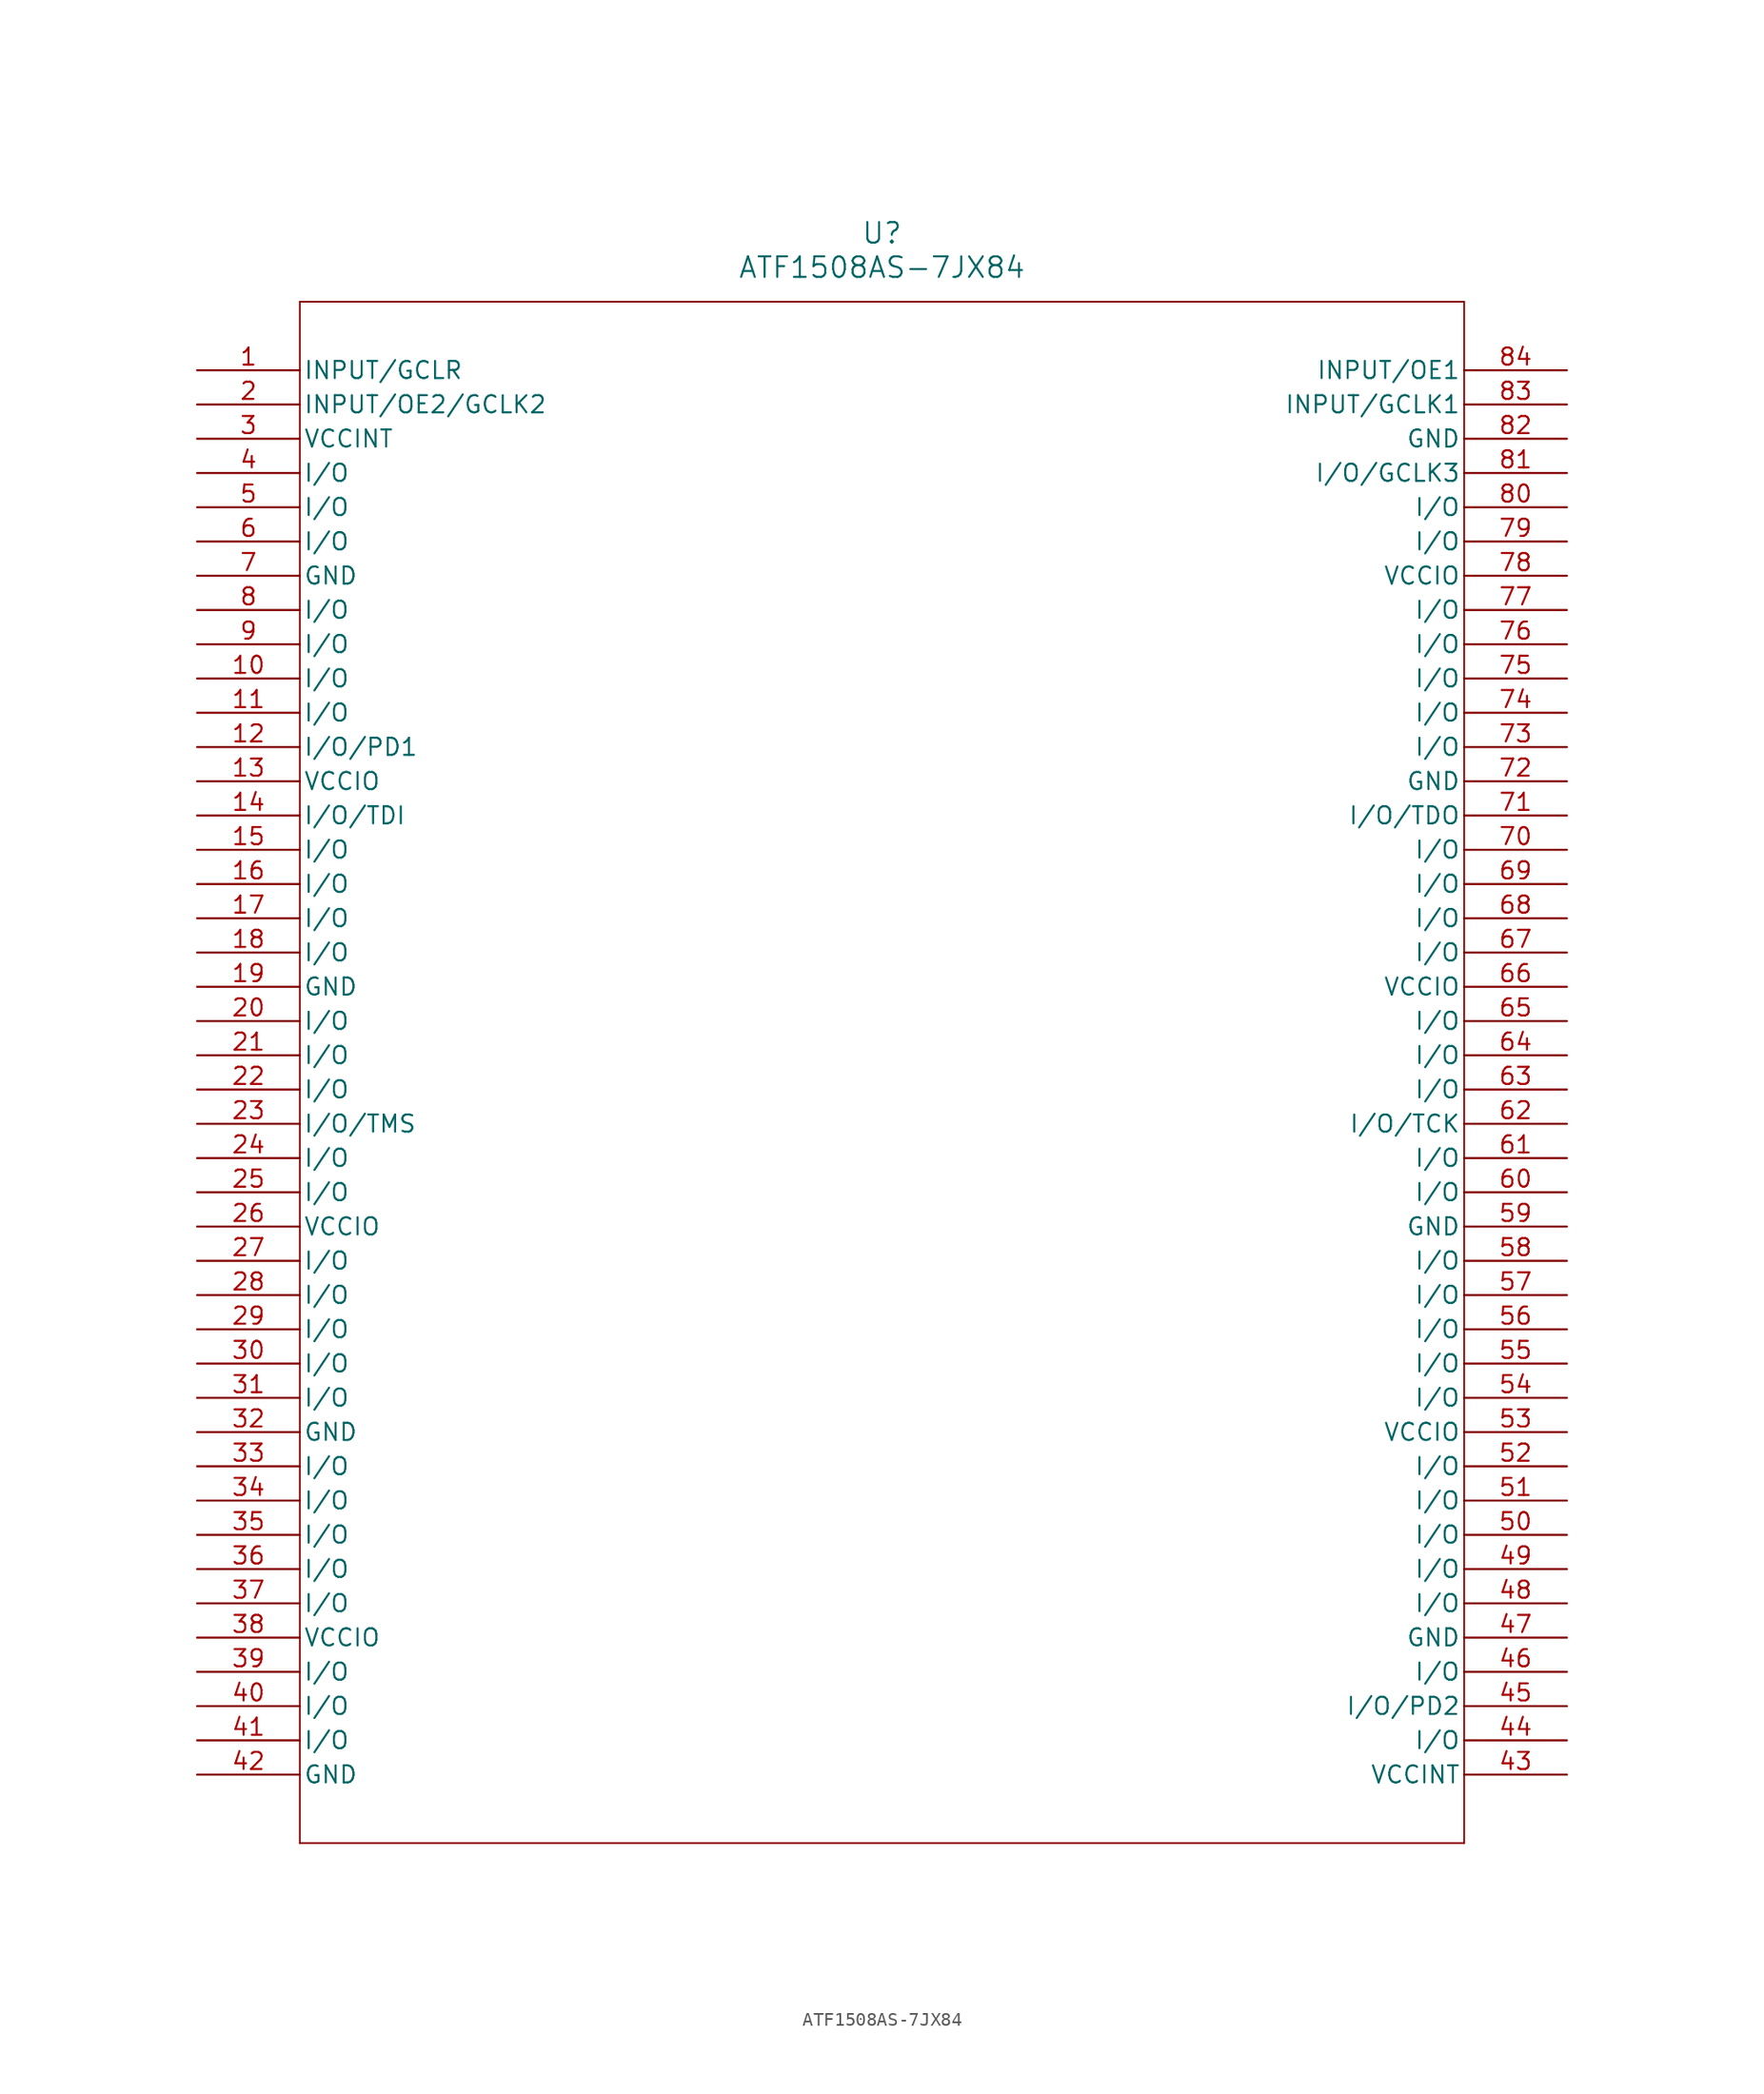
<source format=kicad_sym>
(kicad_symbol_lib
  (version 20211014)
  (generator kicad_symbol_editor)
  (symbol "ATF1508AS-7JX84"
    (pin_names
      (offset 0.254))
    (property "Reference" "U"
      (at 50.8 10.16 0)
      (effects (font (size 1.524 1.524))))
    (property "Value" "ATF1508AS-7JX84"
      (at 50.8 7.62 0)
      (effects (font (size 1.524 1.524))))
    (symbol "ATF1508AS-7JX84_0_1"
      (polyline (pts (xy 7.62 5.08) (xy 7.62 -109.22)) (stroke (width 0.127) (type default) (color 0 0 0 0)) (fill (type none)))
      (polyline (pts (xy 7.62 -109.22) (xy 93.98 -109.22)) (stroke (width 0.127) (type default) (color 0 0 0 0)) (fill (type none)))
      (polyline (pts (xy 93.98 -109.22) (xy 93.98 5.08)) (stroke (width 0.127) (type default) (color 0 0 0 0)) (fill (type none)))
      (polyline (pts (xy 93.98 5.08) (xy 7.62 5.08)) (stroke (width 0.127) (type default) (color 0 0 0 0)) (fill (type none)))
      (pin bidirectional line (at 0 0 0) (length 7.62) (name "INPUT/GCLR" (effects (font (size 1.27 1.27)))) (number "1" (effects (font (size 1.27 1.27)))))
      (pin bidirectional line (at 0 -2.54 0) (length 7.62) (name "INPUT/OE2/GCLK2" (effects (font (size 1.27 1.27)))) (number "2" (effects (font (size 1.27 1.27)))))
      (pin power_in line (at 0 -5.08 0) (length 7.62) (name "VCCINT" (effects (font (size 1.27 1.27)))) (number "3" (effects (font (size 1.27 1.27)))))
      (pin bidirectional line (at 0 -7.62 0) (length 7.62) (name "I/O" (effects (font (size 1.27 1.27)))) (number "4" (effects (font (size 1.27 1.27)))))
      (pin bidirectional line (at 0 -10.16 0) (length 7.62) (name "I/O" (effects (font (size 1.27 1.27)))) (number "5" (effects (font (size 1.27 1.27)))))
      (pin bidirectional line (at 0 -12.7 0) (length 7.62) (name "I/O" (effects (font (size 1.27 1.27)))) (number "6" (effects (font (size 1.27 1.27)))))
      (pin power_in line (at 0 -15.24 0) (length 7.62) (name "GND" (effects (font (size 1.27 1.27)))) (number "7" (effects (font (size 1.27 1.27)))))
      (pin bidirectional line (at 0 -17.78 0) (length 7.62) (name "I/O" (effects (font (size 1.27 1.27)))) (number "8" (effects (font (size 1.27 1.27)))))
      (pin bidirectional line (at 0 -20.32 0) (length 7.62) (name "I/O" (effects (font (size 1.27 1.27)))) (number "9" (effects (font (size 1.27 1.27)))))
      (pin bidirectional line (at 0 -22.86 0) (length 7.62) (name "I/O" (effects (font (size 1.27 1.27)))) (number "10" (effects (font (size 1.27 1.27)))))
      (pin bidirectional line (at 0 -25.4 0) (length 7.62) (name "I/O" (effects (font (size 1.27 1.27)))) (number "11" (effects (font (size 1.27 1.27)))))
      (pin bidirectional line (at 0 -27.94 0) (length 7.62) (name "I/O/PD1" (effects (font (size 1.27 1.27)))) (number "12" (effects (font (size 1.27 1.27)))))
      (pin power_in line (at 0 -30.48 0) (length 7.62) (name "VCCIO" (effects (font (size 1.27 1.27)))) (number "13" (effects (font (size 1.27 1.27)))))
      (pin bidirectional line (at 0 -33.02 0) (length 7.62) (name "I/O/TDI" (effects (font (size 1.27 1.27)))) (number "14" (effects (font (size 1.27 1.27)))))
      (pin bidirectional line (at 0 -35.56 0) (length 7.62) (name "I/O" (effects (font (size 1.27 1.27)))) (number "15" (effects (font (size 1.27 1.27)))))
      (pin bidirectional line (at 0 -38.1 0) (length 7.62) (name "I/O" (effects (font (size 1.27 1.27)))) (number "16" (effects (font (size 1.27 1.27)))))
      (pin bidirectional line (at 0 -40.64 0) (length 7.62) (name "I/O" (effects (font (size 1.27 1.27)))) (number "17" (effects (font (size 1.27 1.27)))))
      (pin bidirectional line (at 0 -43.18 0) (length 7.62) (name "I/O" (effects (font (size 1.27 1.27)))) (number "18" (effects (font (size 1.27 1.27)))))
      (pin power_in line (at 0 -45.72 0) (length 7.62) (name "GND" (effects (font (size 1.27 1.27)))) (number "19" (effects (font (size 1.27 1.27)))))
      (pin bidirectional line (at 0 -48.26 0) (length 7.62) (name "I/O" (effects (font (size 1.27 1.27)))) (number "20" (effects (font (size 1.27 1.27)))))
      (pin bidirectional line (at 0 -50.8 0) (length 7.62) (name "I/O" (effects (font (size 1.27 1.27)))) (number "21" (effects (font (size 1.27 1.27)))))
      (pin bidirectional line (at 0 -53.34 0) (length 7.62) (name "I/O" (effects (font (size 1.27 1.27)))) (number "22" (effects (font (size 1.27 1.27)))))
      (pin bidirectional line (at 0 -55.88 0) (length 7.62) (name "I/O/TMS" (effects (font (size 1.27 1.27)))) (number "23" (effects (font (size 1.27 1.27)))))
      (pin bidirectional line (at 0 -58.42 0) (length 7.62) (name "I/O" (effects (font (size 1.27 1.27)))) (number "24" (effects (font (size 1.27 1.27)))))
      (pin bidirectional line (at 0 -60.96 0) (length 7.62) (name "I/O" (effects (font (size 1.27 1.27)))) (number "25" (effects (font (size 1.27 1.27)))))
      (pin power_in line (at 0 -63.5 0) (length 7.62) (name "VCCIO" (effects (font (size 1.27 1.27)))) (number "26" (effects (font (size 1.27 1.27)))))
      (pin bidirectional line (at 0 -66.04 0) (length 7.62) (name "I/O" (effects (font (size 1.27 1.27)))) (number "27" (effects (font (size 1.27 1.27)))))
      (pin bidirectional line (at 0 -68.58 0) (length 7.62) (name "I/O" (effects (font (size 1.27 1.27)))) (number "28" (effects (font (size 1.27 1.27)))))
      (pin bidirectional line (at 0 -71.12 0) (length 7.62) (name "I/O" (effects (font (size 1.27 1.27)))) (number "29" (effects (font (size 1.27 1.27)))))
      (pin bidirectional line (at 0 -73.66 0) (length 7.62) (name "I/O" (effects (font (size 1.27 1.27)))) (number "30" (effects (font (size 1.27 1.27)))))
      (pin bidirectional line (at 0 -76.2 0) (length 7.62) (name "I/O" (effects (font (size 1.27 1.27)))) (number "31" (effects (font (size 1.27 1.27)))))
      (pin power_in line (at 0 -78.74 0) (length 7.62) (name "GND" (effects (font (size 1.27 1.27)))) (number "32" (effects (font (size 1.27 1.27)))))
      (pin bidirectional line (at 0 -81.28 0) (length 7.62) (name "I/O" (effects (font (size 1.27 1.27)))) (number "33" (effects (font (size 1.27 1.27)))))
      (pin bidirectional line (at 0 -83.82 0) (length 7.62) (name "I/O" (effects (font (size 1.27 1.27)))) (number "34" (effects (font (size 1.27 1.27)))))
      (pin bidirectional line (at 0 -86.36 0) (length 7.62) (name "I/O" (effects (font (size 1.27 1.27)))) (number "35" (effects (font (size 1.27 1.27)))))
      (pin bidirectional line (at 0 -88.9 0) (length 7.62) (name "I/O" (effects (font (size 1.27 1.27)))) (number "36" (effects (font (size 1.27 1.27)))))
      (pin bidirectional line (at 0 -91.44 0) (length 7.62) (name "I/O" (effects (font (size 1.27 1.27)))) (number "37" (effects (font (size 1.27 1.27)))))
      (pin power_in line (at 0 -93.98 0) (length 7.62) (name "VCCIO" (effects (font (size 1.27 1.27)))) (number "38" (effects (font (size 1.27 1.27)))))
      (pin bidirectional line (at 0 -96.52 0) (length 7.62) (name "I/O" (effects (font (size 1.27 1.27)))) (number "39" (effects (font (size 1.27 1.27)))))
      (pin bidirectional line (at 0 -99.06 0) (length 7.62) (name "I/O" (effects (font (size 1.27 1.27)))) (number "40" (effects (font (size 1.27 1.27)))))
      (pin bidirectional line (at 0 -101.6 0) (length 7.62) (name "I/O" (effects (font (size 1.27 1.27)))) (number "41" (effects (font (size 1.27 1.27)))))
      (pin power_in line (at 0 -104.14 0) (length 7.62) (name "GND" (effects (font (size 1.27 1.27)))) (number "42" (effects (font (size 1.27 1.27)))))
      (pin power_in line (at 101.6 -104.14 180) (length 7.62) (name "VCCINT" (effects (font (size 1.27 1.27)))) (number "43" (effects (font (size 1.27 1.27)))))
      (pin bidirectional line (at 101.6 -101.6 180) (length 7.62) (name "I/O" (effects (font (size 1.27 1.27)))) (number "44" (effects (font (size 1.27 1.27)))))
      (pin bidirectional line (at 101.6 -99.06 180) (length 7.62) (name "I/O/PD2" (effects (font (size 1.27 1.27)))) (number "45" (effects (font (size 1.27 1.27)))))
      (pin bidirectional line (at 101.6 -96.52 180) (length 7.62) (name "I/O" (effects (font (size 1.27 1.27)))) (number "46" (effects (font (size 1.27 1.27)))))
      (pin power_in line (at 101.6 -93.98 180) (length 7.62) (name "GND" (effects (font (size 1.27 1.27)))) (number "47" (effects (font (size 1.27 1.27)))))
      (pin bidirectional line (at 101.6 -91.44 180) (length 7.62) (name "I/O" (effects (font (size 1.27 1.27)))) (number "48" (effects (font (size 1.27 1.27)))))
      (pin bidirectional line (at 101.6 -88.9 180) (length 7.62) (name "I/O" (effects (font (size 1.27 1.27)))) (number "49" (effects (font (size 1.27 1.27)))))
      (pin bidirectional line (at 101.6 -86.36 180) (length 7.62) (name "I/O" (effects (font (size 1.27 1.27)))) (number "50" (effects (font (size 1.27 1.27)))))
      (pin bidirectional line (at 101.6 -83.82 180) (length 7.62) (name "I/O" (effects (font (size 1.27 1.27)))) (number "51" (effects (font (size 1.27 1.27)))))
      (pin bidirectional line (at 101.6 -81.28 180) (length 7.62) (name "I/O" (effects (font (size 1.27 1.27)))) (number "52" (effects (font (size 1.27 1.27)))))
      (pin power_in line (at 101.6 -78.74 180) (length 7.62) (name "VCCIO" (effects (font (size 1.27 1.27)))) (number "53" (effects (font (size 1.27 1.27)))))
      (pin bidirectional line (at 101.6 -76.2 180) (length 7.62) (name "I/O" (effects (font (size 1.27 1.27)))) (number "54" (effects (font (size 1.27 1.27)))))
      (pin bidirectional line (at 101.6 -73.66 180) (length 7.62) (name "I/O" (effects (font (size 1.27 1.27)))) (number "55" (effects (font (size 1.27 1.27)))))
      (pin bidirectional line (at 101.6 -71.12 180) (length 7.62) (name "I/O" (effects (font (size 1.27 1.27)))) (number "56" (effects (font (size 1.27 1.27)))))
      (pin bidirectional line (at 101.6 -68.58 180) (length 7.62) (name "I/O" (effects (font (size 1.27 1.27)))) (number "57" (effects (font (size 1.27 1.27)))))
      (pin bidirectional line (at 101.6 -66.04 180) (length 7.62) (name "I/O" (effects (font (size 1.27 1.27)))) (number "58" (effects (font (size 1.27 1.27)))))
      (pin power_in line (at 101.6 -63.5 180) (length 7.62) (name "GND" (effects (font (size 1.27 1.27)))) (number "59" (effects (font (size 1.27 1.27)))))
      (pin bidirectional line (at 101.6 -60.96 180) (length 7.62) (name "I/O" (effects (font (size 1.27 1.27)))) (number "60" (effects (font (size 1.27 1.27)))))
      (pin bidirectional line (at 101.6 -58.42 180) (length 7.62) (name "I/O" (effects (font (size 1.27 1.27)))) (number "61" (effects (font (size 1.27 1.27)))))
      (pin bidirectional line (at 101.6 -55.88 180) (length 7.62) (name "I/O/TCK" (effects (font (size 1.27 1.27)))) (number "62" (effects (font (size 1.27 1.27)))))
      (pin bidirectional line (at 101.6 -53.34 180) (length 7.62) (name "I/O" (effects (font (size 1.27 1.27)))) (number "63" (effects (font (size 1.27 1.27)))))
      (pin bidirectional line (at 101.6 -50.8 180) (length 7.62) (name "I/O" (effects (font (size 1.27 1.27)))) (number "64" (effects (font (size 1.27 1.27)))))
      (pin bidirectional line (at 101.6 -48.26 180) (length 7.62) (name "I/O" (effects (font (size 1.27 1.27)))) (number "65" (effects (font (size 1.27 1.27)))))
      (pin power_in line (at 101.6 -45.72 180) (length 7.62) (name "VCCIO" (effects (font (size 1.27 1.27)))) (number "66" (effects (font (size 1.27 1.27)))))
      (pin bidirectional line (at 101.6 -43.18 180) (length 7.62) (name "I/O" (effects (font (size 1.27 1.27)))) (number "67" (effects (font (size 1.27 1.27)))))
      (pin bidirectional line (at 101.6 -40.64 180) (length 7.62) (name "I/O" (effects (font (size 1.27 1.27)))) (number "68" (effects (font (size 1.27 1.27)))))
      (pin bidirectional line (at 101.6 -38.1 180) (length 7.62) (name "I/O" (effects (font (size 1.27 1.27)))) (number "69" (effects (font (size 1.27 1.27)))))
      (pin bidirectional line (at 101.6 -35.56 180) (length 7.62) (name "I/O" (effects (font (size 1.27 1.27)))) (number "70" (effects (font (size 1.27 1.27)))))
      (pin bidirectional line (at 101.6 -33.02 180) (length 7.62) (name "I/O/TDO" (effects (font (size 1.27 1.27)))) (number "71" (effects (font (size 1.27 1.27)))))
      (pin power_in line (at 101.6 -30.48 180) (length 7.62) (name "GND" (effects (font (size 1.27 1.27)))) (number "72" (effects (font (size 1.27 1.27)))))
      (pin bidirectional line (at 101.6 -27.94 180) (length 7.62) (name "I/O" (effects (font (size 1.27 1.27)))) (number "73" (effects (font (size 1.27 1.27)))))
      (pin bidirectional line (at 101.6 -25.4 180) (length 7.62) (name "I/O" (effects (font (size 1.27 1.27)))) (number "74" (effects (font (size 1.27 1.27)))))
      (pin bidirectional line (at 101.6 -22.86 180) (length 7.62) (name "I/O" (effects (font (size 1.27 1.27)))) (number "75" (effects (font (size 1.27 1.27)))))
      (pin bidirectional line (at 101.6 -20.32 180) (length 7.62) (name "I/O" (effects (font (size 1.27 1.27)))) (number "76" (effects (font (size 1.27 1.27)))))
      (pin bidirectional line (at 101.6 -17.78 180) (length 7.62) (name "I/O" (effects (font (size 1.27 1.27)))) (number "77" (effects (font (size 1.27 1.27)))))
      (pin power_in line (at 101.6 -15.24 180) (length 7.62) (name "VCCIO" (effects (font (size 1.27 1.27)))) (number "78" (effects (font (size 1.27 1.27)))))
      (pin bidirectional line (at 101.6 -12.7 180) (length 7.62) (name "I/O" (effects (font (size 1.27 1.27)))) (number "79" (effects (font (size 1.27 1.27)))))
      (pin bidirectional line (at 101.6 -10.16 180) (length 7.62) (name "I/O" (effects (font (size 1.27 1.27)))) (number "80" (effects (font (size 1.27 1.27)))))
      (pin bidirectional line (at 101.6 -7.62 180) (length 7.62) (name "I/O/GCLK3" (effects (font (size 1.27 1.27)))) (number "81" (effects (font (size 1.27 1.27)))))
      (pin power_in line (at 101.6 -5.08 180) (length 7.62) (name "GND" (effects (font (size 1.27 1.27)))) (number "82" (effects (font (size 1.27 1.27)))))
      (pin bidirectional line (at 101.6 -2.54 180) (length 7.62) (name "INPUT/GCLK1" (effects (font (size 1.27 1.27)))) (number "83" (effects (font (size 1.27 1.27)))))
      (pin bidirectional line (at 101.6 0 180) (length 7.62) (name "INPUT/OE1" (effects (font (size 1.27 1.27)))) (number "84" (effects (font (size 1.27 1.27))))))))
</source>
